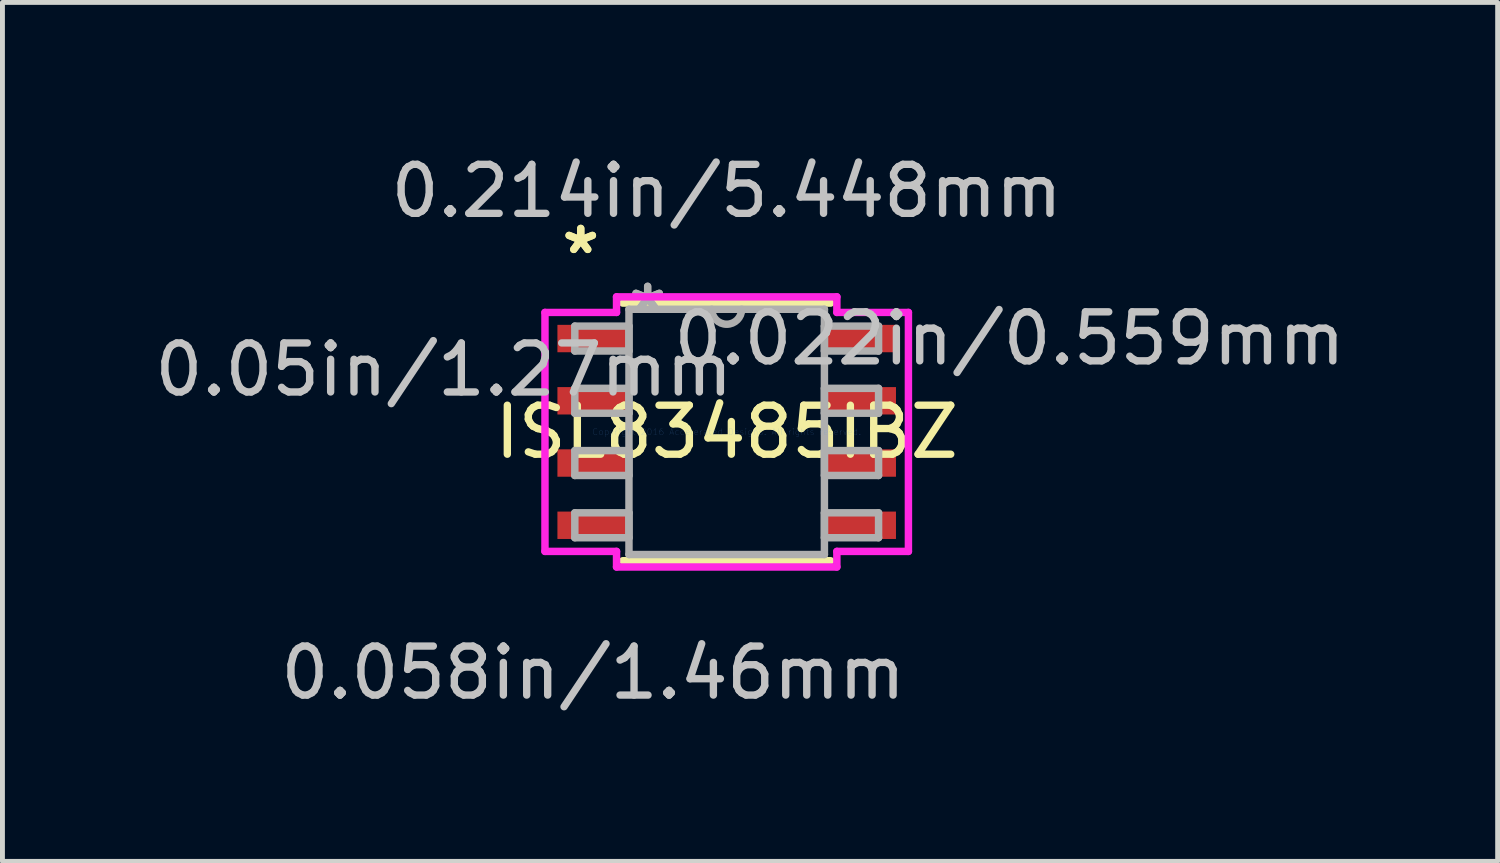
<source format=kicad_pcb>
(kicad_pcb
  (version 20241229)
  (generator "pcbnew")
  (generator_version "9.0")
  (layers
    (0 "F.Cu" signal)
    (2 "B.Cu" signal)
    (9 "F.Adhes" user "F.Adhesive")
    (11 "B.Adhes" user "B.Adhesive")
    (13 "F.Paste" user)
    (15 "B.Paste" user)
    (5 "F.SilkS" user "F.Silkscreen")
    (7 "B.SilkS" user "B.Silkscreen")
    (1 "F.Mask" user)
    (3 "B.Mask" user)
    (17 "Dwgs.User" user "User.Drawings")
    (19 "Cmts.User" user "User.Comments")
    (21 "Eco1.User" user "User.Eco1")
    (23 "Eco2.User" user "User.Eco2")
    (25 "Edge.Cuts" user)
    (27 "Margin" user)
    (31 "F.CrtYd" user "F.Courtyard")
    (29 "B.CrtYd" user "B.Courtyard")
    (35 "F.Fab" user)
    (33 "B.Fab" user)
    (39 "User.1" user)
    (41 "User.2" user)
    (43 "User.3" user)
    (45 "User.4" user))
  (footprint "ISL83485IBZ"
    (layer "F.Cu")
    (at 11.778 5.763)
    (property "Reference" "ISL83485IBZ" (at 0 0 0) (layer "F.SilkS") (effects (font (size 1 1) (thickness 0.15))))
    (attr through_hole)
    (fp_line (start -2.121 2.629) (end 2.121 2.629) (stroke (width 0.152) (type solid)) (layer "F.SilkS"))
    (fp_line (start 2.121 -2.629) (end -2.121 -2.629) (stroke (width 0.152) (type solid)) (layer "F.SilkS"))
    (fp_line (start -3.708 -2.438) (end -2.248 -2.438) (stroke (width 0.152) (type solid)) (layer "F.CrtYd"))
    (fp_line (start -3.708 2.438) (end -3.708 -2.438) (stroke (width 0.152) (type solid)) (layer "F.CrtYd"))
    (fp_line (start -2.248 -2.756) (end 2.248 -2.756) (stroke (width 0.152) (type solid)) (layer "F.CrtYd"))
    (fp_line (start -2.248 -2.438) (end -2.248 -2.756) (stroke (width 0.152) (type solid)) (layer "F.CrtYd"))
    (fp_line (start -2.248 2.438) (end -3.708 2.438) (stroke (width 0.152) (type solid)) (layer "F.CrtYd"))
    (fp_line (start -2.248 2.756) (end -2.248 2.438) (stroke (width 0.152) (type solid)) (layer "F.CrtYd"))
    (fp_line (start 2.248 -2.756) (end 2.248 -2.438) (stroke (width 0.152) (type solid)) (layer "F.CrtYd"))
    (fp_line (start 2.248 -2.438) (end 3.708 -2.438) (stroke (width 0.152) (type solid)) (layer "F.CrtYd"))
    (fp_line (start 2.248 2.438) (end 2.248 2.756) (stroke (width 0.152) (type solid)) (layer "F.CrtYd"))
    (fp_line (start 2.248 2.756) (end -2.248 2.756) (stroke (width 0.152) (type solid)) (layer "F.CrtYd"))
    (fp_line (start 3.708 -2.438) (end 3.708 2.438) (stroke (width 0.152) (type solid)) (layer "F.CrtYd"))
    (fp_line (start 3.708 2.438) (end 2.248 2.438) (stroke (width 0.152) (type solid)) (layer "F.CrtYd"))
    (fp_line (start -3.099 -2.159) (end -3.099 -1.651) (stroke (width 0.152) (type solid)) (layer "F.Fab"))
    (fp_line (start -3.099 -1.651) (end -1.994 -1.651) (stroke (width 0.152) (type solid)) (layer "F.Fab"))
    (fp_line (start -3.099 -0.889) (end -3.099 -0.381) (stroke (width 0.152) (type solid)) (layer "F.Fab"))
    (fp_line (start -3.099 -0.381) (end -1.994 -0.381) (stroke (width 0.152) (type solid)) (layer "F.Fab"))
    (fp_line (start -3.099 0.381) (end -3.099 0.889) (stroke (width 0.152) (type solid)) (layer "F.Fab"))
    (fp_line (start -3.099 0.889) (end -1.994 0.889) (stroke (width 0.152) (type solid)) (layer "F.Fab"))
    (fp_line (start -3.099 1.651) (end -3.099 2.159) (stroke (width 0.152) (type solid)) (layer "F.Fab"))
    (fp_line (start -3.099 2.159) (end -1.994 2.159) (stroke (width 0.152) (type solid)) (layer "F.Fab"))
    (fp_line (start -1.994 -2.502) (end -1.994 2.502) (stroke (width 0.152) (type solid)) (layer "F.Fab"))
    (fp_line (start -1.994 -2.159) (end -3.099 -2.159) (stroke (width 0.152) (type solid)) (layer "F.Fab"))
    (fp_line (start -1.994 -1.651) (end -1.994 -2.159) (stroke (width 0.152) (type solid)) (layer "F.Fab"))
    (fp_line (start -1.994 -0.889) (end -3.099 -0.889) (stroke (width 0.152) (type solid)) (layer "F.Fab"))
    (fp_line (start -1.994 -0.381) (end -1.994 -0.889) (stroke (width 0.152) (type solid)) (layer "F.Fab"))
    (fp_line (start -1.994 0.381) (end -3.099 0.381) (stroke (width 0.152) (type solid)) (layer "F.Fab"))
    (fp_line (start -1.994 0.889) (end -1.994 0.381) (stroke (width 0.152) (type solid)) (layer "F.Fab"))
    (fp_line (start -1.994 1.651) (end -3.099 1.651) (stroke (width 0.152) (type solid)) (layer "F.Fab"))
    (fp_line (start -1.994 2.159) (end -1.994 1.651) (stroke (width 0.152) (type solid)) (layer "F.Fab"))
    (fp_line (start -1.994 2.502) (end 1.994 2.502) (stroke (width 0.152) (type solid)) (layer "F.Fab"))
    (fp_line (start 1.994 -2.502) (end -1.994 -2.502) (stroke (width 0.152) (type solid)) (layer "F.Fab"))
    (fp_line (start 1.994 -2.159) (end 1.994 -1.651) (stroke (width 0.152) (type solid)) (layer "F.Fab"))
    (fp_line (start 1.994 -1.651) (end 3.099 -1.651) (stroke (width 0.152) (type solid)) (layer "F.Fab"))
    (fp_line (start 1.994 -0.889) (end 1.994 -0.381) (stroke (width 0.152) (type solid)) (layer "F.Fab"))
    (fp_line (start 1.994 -0.381) (end 3.099 -0.381) (stroke (width 0.152) (type solid)) (layer "F.Fab"))
    (fp_line (start 1.994 0.381) (end 1.994 0.889) (stroke (width 0.152) (type solid)) (layer "F.Fab"))
    (fp_line (start 1.994 0.889) (end 3.099 0.889) (stroke (width 0.152) (type solid)) (layer "F.Fab"))
    (fp_line (start 1.994 1.651) (end 1.994 2.159) (stroke (width 0.152) (type solid)) (layer "F.Fab"))
    (fp_line (start 1.994 2.159) (end 3.099 2.159) (stroke (width 0.152) (type solid)) (layer "F.Fab"))
    (fp_line (start 1.994 2.502) (end 1.994 -2.502) (stroke (width 0.152) (type solid)) (layer "F.Fab"))
    (fp_line (start 3.099 -2.159) (end 1.994 -2.159) (stroke (width 0.152) (type solid)) (layer "F.Fab"))
    (fp_line (start 3.099 -1.651) (end 3.099 -2.159) (stroke (width 0.152) (type solid)) (layer "F.Fab"))
    (fp_line (start 3.099 -0.889) (end 1.994 -0.889) (stroke (width 0.152) (type solid)) (layer "F.Fab"))
    (fp_line (start 3.099 -0.381) (end 3.099 -0.889) (stroke (width 0.152) (type solid)) (layer "F.Fab"))
    (fp_line (start 3.099 0.381) (end 1.994 0.381) (stroke (width 0.152) (type solid)) (layer "F.Fab"))
    (fp_line (start 3.099 0.889) (end 3.099 0.381) (stroke (width 0.152) (type solid)) (layer "F.Fab"))
    (fp_line (start 3.099 1.651) (end 1.994 1.651) (stroke (width 0.152) (type solid)) (layer "F.Fab"))
    (fp_line (start 3.099 2.159) (end 3.099 1.651) (stroke (width 0.152) (type solid)) (layer "F.Fab"))
    (fp_arc (start 0.3048 -2.5019) (mid 0 -2.1971) (end -0.3048 -2.5019) (stroke (width 0.1524) (type solid)) (layer "F.Fab"))
    (fp_text user "*" (at -2.978 -3.607 0) (layer "F.SilkS") (effects (font (size 1 1) (thickness 0.15))))
    (fp_text user "*" (at -2.978 -3.607 0) (layer "F.SilkS") (effects (font (size 1 1) (thickness 0.15))))
    (fp_text user "0.05in/1.27mm" (at -5.772 -1.27 0) (layer "Dwgs.User") (effects (font (size 1 1) (thickness 0.15))))
    (fp_text user "0.214in/5.448mm" (at 0 -4.915 0) (layer "Dwgs.User") (effects (font (size 1 1) (thickness 0.15))))
    (fp_text user "0.058in/1.46mm" (at -2.724 4.915 0) (layer "Dwgs.User") (effects (font (size 1 1) (thickness 0.15))))
    (fp_text user "0.022in/0.559mm" (at 5.772 -1.905 0) (layer "Dwgs.User") (effects (font (size 1 1) (thickness 0.15))))
    (fp_text user "Copyright 2016 Accelerated Designs. All rights reserved." (at 0 0 0) (layer "Cmts.User") (effects (font (size 0.127 0.127) (thickness 0.002))))
    (fp_text user "*" (at -1.613 -2.426 0) (layer "F.Fab") (effects (font (size 1 1) (thickness 0.15))))
    (fp_text user "*" (at -1.613 -2.426 0) (layer "F.Fab") (effects (font (size 1 1) (thickness 0.15))))
    (pad "1" smd rect (at -2.724 -1.905) (size 1.46 0.559) (layers "F.Cu" "F.Mask" "F.Paste"))
    (pad "2" smd rect (at -2.724 -0.635) (size 1.46 0.559) (layers "F.Cu" "F.Mask" "F.Paste"))
    (pad "3" smd rect (at -2.724 0.635) (size 1.46 0.559) (layers "F.Cu" "F.Mask" "F.Paste"))
    (pad "4" smd rect (at -2.724 1.905) (size 1.46 0.559) (layers "F.Cu" "F.Mask" "F.Paste"))
    (pad "5" smd rect (at 2.724 1.905) (size 1.46 0.559) (layers "F.Cu" "F.Mask" "F.Paste"))
    (pad "6" smd rect (at 2.724 0.635) (size 1.46 0.559) (layers "F.Cu" "F.Mask" "F.Paste"))
    (pad "7" smd rect (at 2.724 -0.635) (size 1.46 0.559) (layers "F.Cu" "F.Mask" "F.Paste"))
    (pad "8" smd rect (at 2.724 -1.905) (size 1.46 0.559) (layers "F.Cu" "F.Mask" "F.Paste")))
  (gr_rect
    (start -3 -3)
    (end 27.509 14.526)
    (stroke (width 0.1) (type default))
    (fill no)
    (layer "Edge.Cuts")))
</source>
